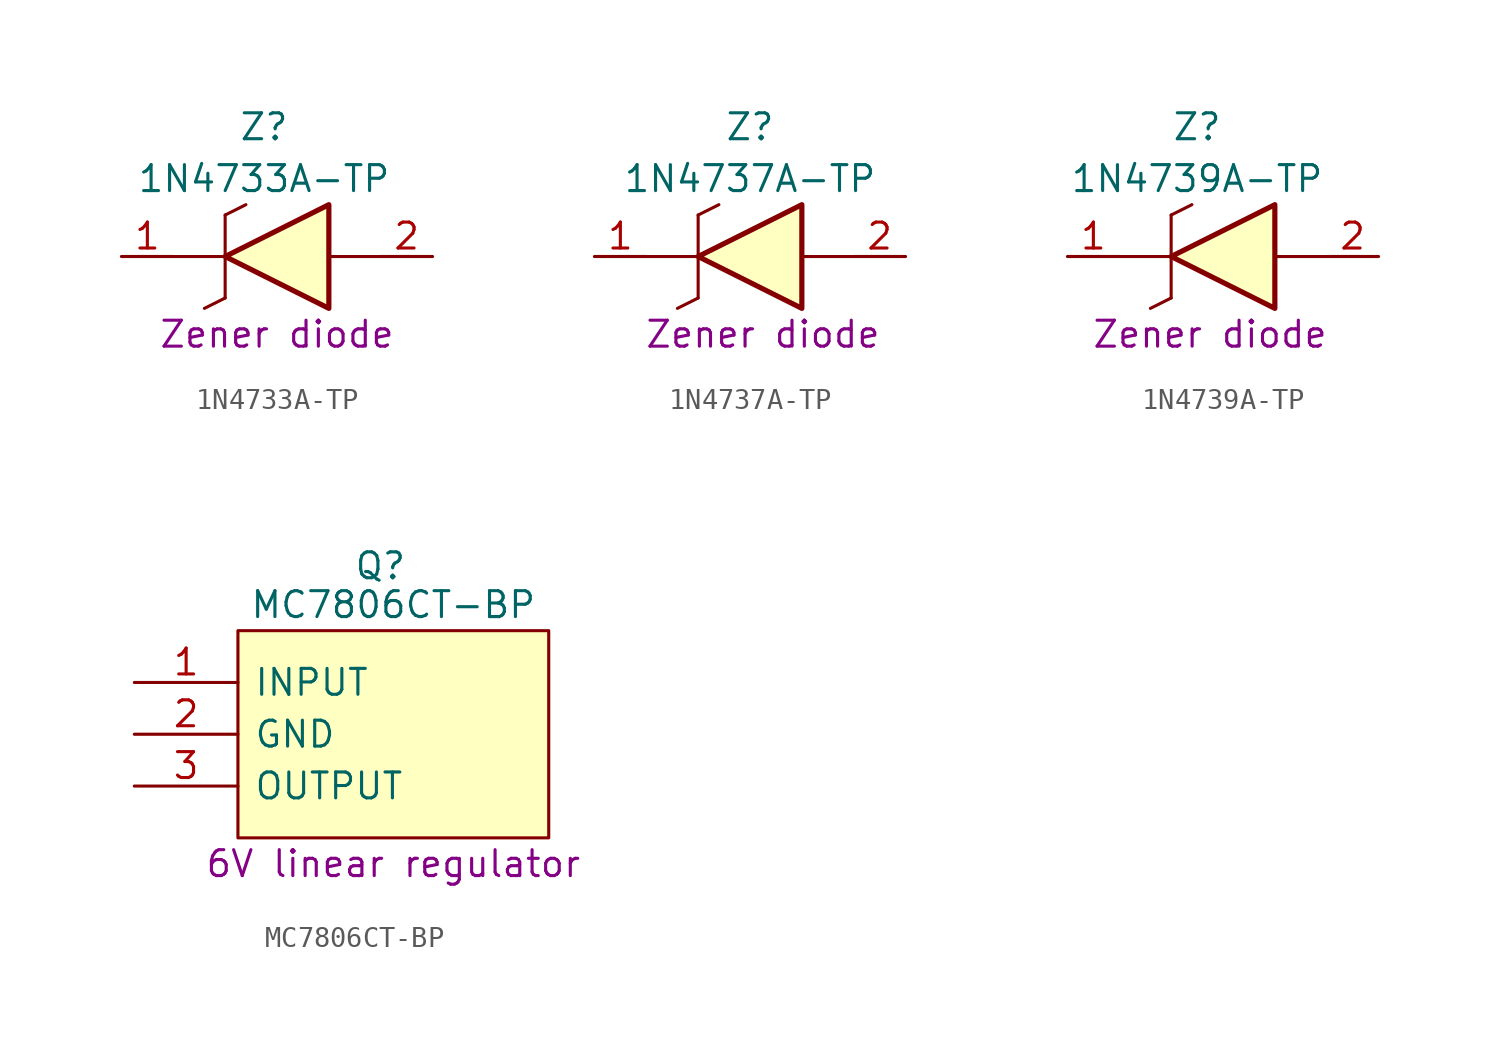
<source format=kicad_sym>
(kicad_symbol_lib
  (version 20211014)
  (generator kicad_symbol_editor)
  (symbol "1N4733A-TP"
    (pin_names
      (offset 0.762))
    (property "Reference" "Z"
      (at 6.985 6.35 0)
      (effects (font (size 1.27 1.27))))
    (property "Value" "1N4733A-TP"
      (at 6.985 3.81 0)
      (effects (font (size 1.27 1.27))))
    (property "Description" "Zener diode"
      (at 7.62 -3.81 0)
      (effects (font (size 1.27 1.27))))
    (symbol "1N4733A-TP_0_0"
      (pin passive line (at 0 0 0) (length 2.54) (name "~" (effects (font (size 1.27 1.27)))) (number "1" (effects (font (size 1.27 1.27)))))
      (pin passive line (at 15.24 0 180) (length 2.54) (name "~" (effects (font (size 1.27 1.27)))) (number "2" (effects (font (size 1.27 1.27))))))
    (symbol "1N4733A-TP_0_1"
      (polyline (pts (xy 2.54 0) (xy 5.08 0)) (stroke (width 0.152) (type default) (color 0 0 0 0)) (fill (type background)))
      (polyline (pts (xy 4.064 -2.54) (xy 5.08 -2.032)) (stroke (width 0.152) (type default) (color 0 0 0 0)) (fill (type background)))
      (polyline (pts (xy 5.08 2.032) (xy 5.08 -2.032)) (stroke (width 0.152) (type default) (color 0 0 0 0)) (fill (type background)))
      (polyline (pts (xy 5.08 2.032) (xy 6.096 2.54)) (stroke (width 0.152) (type default) (color 0 0 0 0)) (fill (type background)))
      (polyline (pts (xy 12.7 0) (xy 10.16 0)) (stroke (width 0.152) (type default) (color 0 0 0 0)) (fill (type background)))
      (polyline (pts (xy 5.08 0) (xy 10.16 2.54) (xy 10.16 -2.54) (xy 5.08 0)) (stroke (width 0.254) (type default) (color 0 0 0 0)) (fill (type background)))))
  (symbol "1N4737A-TP"
    (pin_names
      (offset 0.762))
    (property "Reference" "Z"
      (at 7.62 6.35 0)
      (effects (font (size 1.27 1.27))))
    (property "Value" "1N4737A-TP"
      (at 7.62 3.81 0)
      (effects (font (size 1.27 1.27))))
    (property "Description" "Zener diode"
      (at 8.255 -3.81 0)
      (effects (font (size 1.27 1.27))))
    (symbol "1N4737A-TP_0_0"
      (pin passive line (at 0 0 0) (length 2.54) (name "~" (effects (font (size 1.27 1.27)))) (number "1" (effects (font (size 1.27 1.27)))))
      (pin passive line (at 15.24 0 180) (length 2.54) (name "~" (effects (font (size 1.27 1.27)))) (number "2" (effects (font (size 1.27 1.27))))))
    (symbol "1N4737A-TP_0_1"
      (polyline (pts (xy 2.54 0) (xy 5.08 0)) (stroke (width 0.152) (type default) (color 0 0 0 0)) (fill (type background)))
      (polyline (pts (xy 4.064 -2.54) (xy 5.08 -2.032)) (stroke (width 0.152) (type default) (color 0 0 0 0)) (fill (type background)))
      (polyline (pts (xy 5.08 2.032) (xy 5.08 -2.032)) (stroke (width 0.152) (type default) (color 0 0 0 0)) (fill (type background)))
      (polyline (pts (xy 5.08 2.032) (xy 6.096 2.54)) (stroke (width 0.152) (type default) (color 0 0 0 0)) (fill (type background)))
      (polyline (pts (xy 12.7 0) (xy 10.16 0)) (stroke (width 0.152) (type default) (color 0 0 0 0)) (fill (type background)))
      (polyline (pts (xy 5.08 0) (xy 10.16 2.54) (xy 10.16 -2.54) (xy 5.08 0)) (stroke (width 0.254) (type default) (color 0 0 0 0)) (fill (type background)))))
  (symbol "1N4739A-TP"
    (pin_names
      (offset 0.762))
    (property "Reference" "Z"
      (at 6.35 6.35 0)
      (effects (font (size 1.27 1.27))))
    (property "Value" "1N4739A-TP"
      (at 6.35 3.81 0)
      (effects (font (size 1.27 1.27))))
    (property "Description" "Zener diode"
      (at 6.985 -3.81 0)
      (effects (font (size 1.27 1.27))))
    (symbol "1N4739A-TP_0_0"
      (pin passive line (at 0 0 0) (length 2.54) (name "~" (effects (font (size 1.27 1.27)))) (number "1" (effects (font (size 1.27 1.27)))))
      (pin passive line (at 15.24 0 180) (length 2.54) (name "~" (effects (font (size 1.27 1.27)))) (number "2" (effects (font (size 1.27 1.27))))))
    (symbol "1N4739A-TP_0_1"
      (polyline (pts (xy 2.54 0) (xy 5.08 0)) (stroke (width 0.152) (type default) (color 0 0 0 0)) (fill (type background)))
      (polyline (pts (xy 4.064 -2.54) (xy 5.08 -2.032)) (stroke (width 0.152) (type default) (color 0 0 0 0)) (fill (type background)))
      (polyline (pts (xy 5.08 2.032) (xy 5.08 -2.032)) (stroke (width 0.152) (type default) (color 0 0 0 0)) (fill (type background)))
      (polyline (pts (xy 5.08 2.032) (xy 6.096 2.54)) (stroke (width 0.152) (type default) (color 0 0 0 0)) (fill (type background)))
      (polyline (pts (xy 12.7 0) (xy 10.16 0)) (stroke (width 0.152) (type default) (color 0 0 0 0)) (fill (type background)))
      (polyline (pts (xy 5.08 0) (xy 10.16 2.54) (xy 10.16 -2.54) (xy 5.08 0)) (stroke (width 0.254) (type default) (color 0 0 0 0)) (fill (type background)))))
  (symbol "MC7806CT-BP"
    (pin_names
      (offset 0.762))
    (property "Reference" "Q"
      (at 12.065 5.715 0)
      (effects (font (size 1.27 1.27))))
    (property "Value" "MC7806CT-BP"
      (at 12.7 3.81 0)
      (effects (font (size 1.27 1.27))))
    (property "Description" "6V linear regulator"
      (at 12.7 -8.89 0)
      (effects (font (size 1.27 1.27))))
    (symbol "MC7806CT-BP_0_0"
      (pin passive line (at 0 0 0) (length 5.08) (name "INPUT" (effects (font (size 1.27 1.27)))) (number "1" (effects (font (size 1.27 1.27)))))
      (pin passive line (at 0 -2.54 0) (length 5.08) (name "GND" (effects (font (size 1.27 1.27)))) (number "2" (effects (font (size 1.27 1.27)))))
      (pin passive line (at 0 -5.08 0) (length 5.08) (name "OUTPUT" (effects (font (size 1.27 1.27)))) (number "3" (effects (font (size 1.27 1.27))))))
    (symbol "MC7806CT-BP_0_1"
      (polyline (pts (xy 5.08 2.54) (xy 20.32 2.54) (xy 20.32 -7.62) (xy 5.08 -7.62) (xy 5.08 2.54)) (stroke (width 0.152) (type default) (color 0 0 0 0)) (fill (type background))))))
</source>
